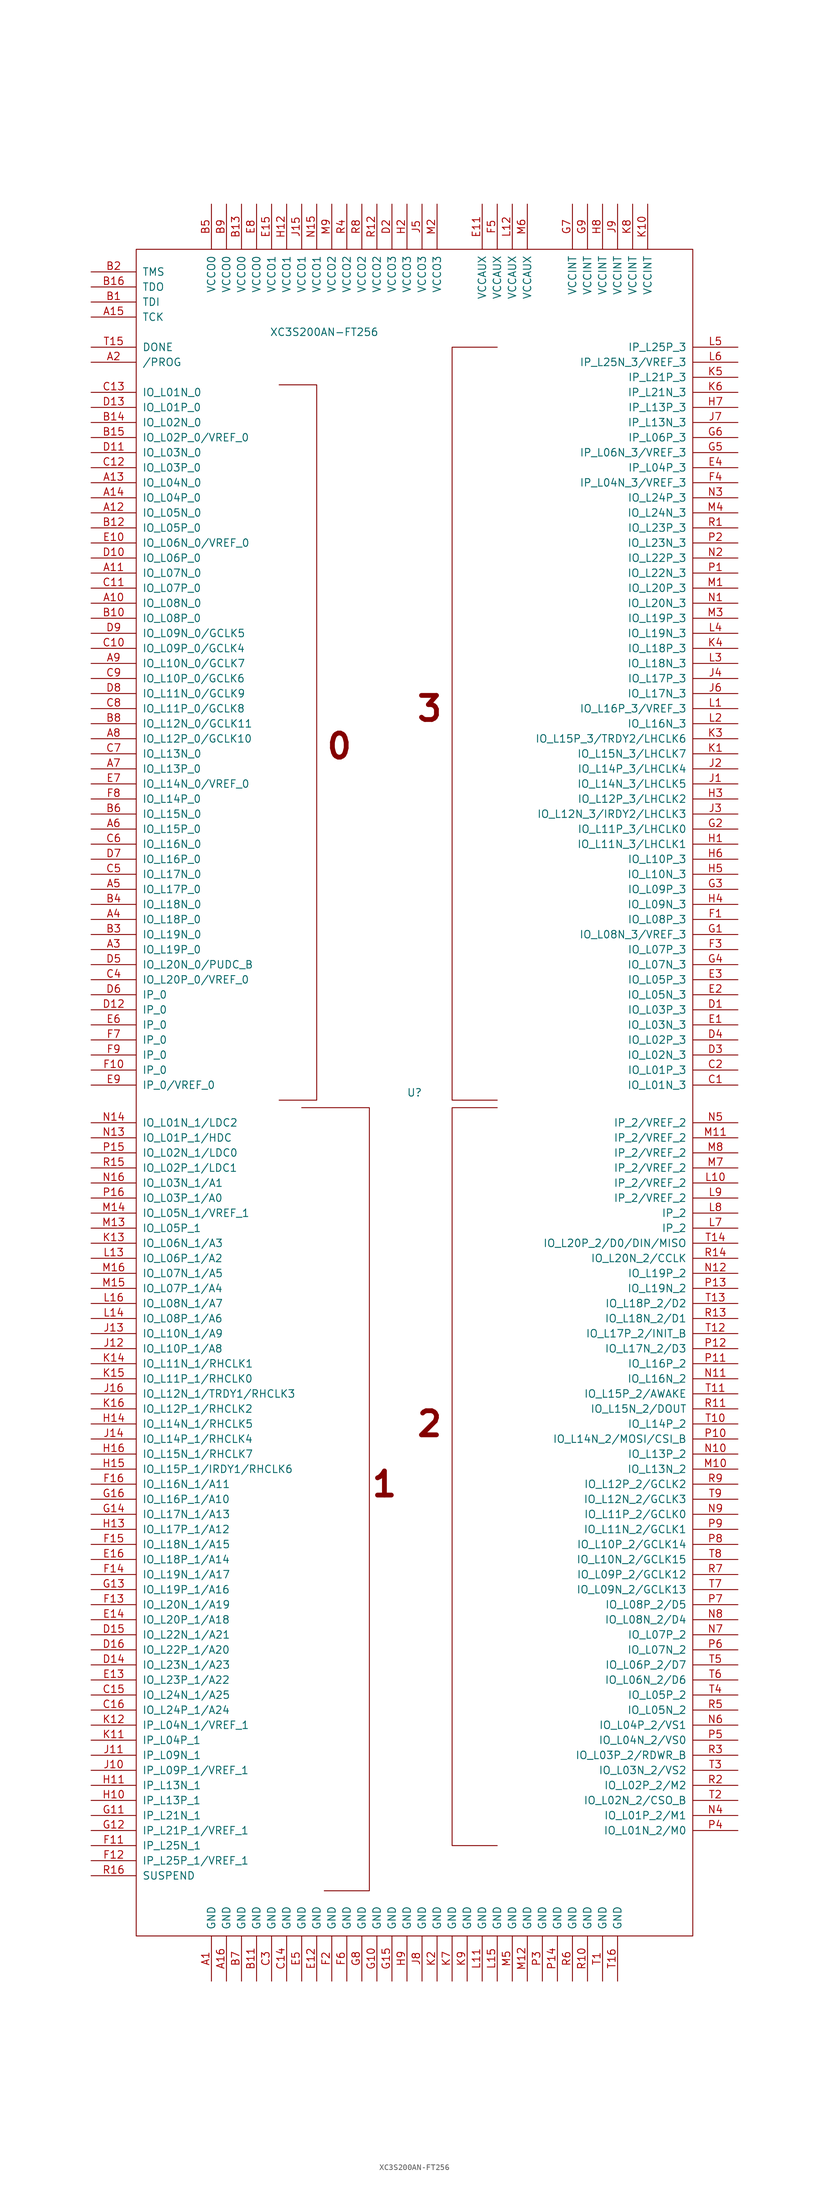
<source format=kicad_sym>
(kicad_symbol_lib
  (version 20201005)
  (generator kicad_symbol_editor)
  (symbol "FPGA_Xilinx:XC3S200AN-FT256"
    (pin_names
      (offset 1.016))
    (property "Reference" "U"
      (at 0 0 0)
      (effects (font (size 1.27 1.27))))
    (property "Value" "XC3S200AN-FT256"
      (at -15.24 128.27 0)
      (effects (font (size 1.27 1.27))))
    (symbol "XC3S200AN-FT256_0_0"
      (text "0" (at -12.7 58.42 0) (effects (font (size 4.064 4.064) bold)))
      (text "1" (at -5.08 -66.04 0) (effects (font (size 4.064 4.064) bold)))
      (text "2" (at 2.54 -55.88 0) (effects (font (size 4.064 4.064) bold)))
      (text "3" (at 2.54 64.77 0) (effects (font (size 4.064 4.064) bold))))
    (symbol "XC3S200AN-FT256_0_1"
      (rectangle (start -46.99 142.24) (end 46.99 -142.24) (stroke (width 0)) (fill (type none)))
      (polyline (pts (xy -22.86 119.38) (xy -16.51 119.38) (xy -16.51 -1.27) (xy -22.86 -1.27) (xy -22.86 -1.27)) (stroke (width 0)) (fill (type none)))
      (polyline (pts (xy -19.05 -2.54) (xy -7.62 -2.54) (xy -7.62 -134.62) (xy -15.24 -134.62) (xy -15.24 -134.62)) (stroke (width 0)) (fill (type none)))
      (polyline (pts (xy 13.97 -2.54) (xy 6.35 -2.54) (xy 6.35 -127) (xy 13.97 -127) (xy 13.97 -127)) (stroke (width 0)) (fill (type none)))
      (polyline (pts (xy 13.97 125.73) (xy 6.35 125.73) (xy 6.35 -1.27) (xy 13.97 -1.27) (xy 13.97 -1.27)) (stroke (width 0)) (fill (type none))))
    (symbol "XC3S200AN-FT256_1_1"
      (pin power_in line (at -34.29 -149.86 90) (length 7.62) (name "GND" (effects (font (size 1.27 1.27)))) (number "A1" (effects (font (size 1.27 1.27)))))
      (pin bidirectional line (at -54.61 82.55 0) (length 7.62) (name "IO_L08N_0" (effects (font (size 1.27 1.27)))) (number "A10" (effects (font (size 1.27 1.27)))))
      (pin bidirectional line (at -54.61 87.63 0) (length 7.62) (name "IO_L07N_0" (effects (font (size 1.27 1.27)))) (number "A11" (effects (font (size 1.27 1.27)))))
      (pin bidirectional line (at -54.61 97.79 0) (length 7.62) (name "IO_L05N_0" (effects (font (size 1.27 1.27)))) (number "A12" (effects (font (size 1.27 1.27)))))
      (pin bidirectional line (at -54.61 102.87 0) (length 7.62) (name "IO_L04N_0" (effects (font (size 1.27 1.27)))) (number "A13" (effects (font (size 1.27 1.27)))))
      (pin bidirectional line (at -54.61 100.33 0) (length 7.62) (name "IO_L04P_0" (effects (font (size 1.27 1.27)))) (number "A14" (effects (font (size 1.27 1.27)))))
      (pin input line (at -54.61 130.81 0) (length 7.62) (name "TCK" (effects (font (size 1.27 1.27)))) (number "A15" (effects (font (size 1.27 1.27)))))
      (pin power_in line (at -31.75 -149.86 90) (length 7.62) (name "GND" (effects (font (size 1.27 1.27)))) (number "A16" (effects (font (size 1.27 1.27)))))
      (pin bidirectional line (at -54.61 123.19 0) (length 7.62) (name "/PROG" (effects (font (size 1.27 1.27)))) (number "A2" (effects (font (size 1.27 1.27)))))
      (pin bidirectional line (at -54.61 24.13 0) (length 7.62) (name "IO_L19P_0" (effects (font (size 1.27 1.27)))) (number "A3" (effects (font (size 1.27 1.27)))))
      (pin bidirectional line (at -54.61 29.21 0) (length 7.62) (name "IO_L18P_0" (effects (font (size 1.27 1.27)))) (number "A4" (effects (font (size 1.27 1.27)))))
      (pin bidirectional line (at -54.61 34.29 0) (length 7.62) (name "IO_L17P_0" (effects (font (size 1.27 1.27)))) (number "A5" (effects (font (size 1.27 1.27)))))
      (pin bidirectional line (at -54.61 44.45 0) (length 7.62) (name "IO_L15P_0" (effects (font (size 1.27 1.27)))) (number "A6" (effects (font (size 1.27 1.27)))))
      (pin bidirectional line (at -54.61 54.61 0) (length 7.62) (name "IO_L13P_0" (effects (font (size 1.27 1.27)))) (number "A7" (effects (font (size 1.27 1.27)))))
      (pin bidirectional line (at -54.61 59.69 0) (length 7.62) (name "IO_L12P_0/GCLK10" (effects (font (size 1.27 1.27)))) (number "A8" (effects (font (size 1.27 1.27)))))
      (pin bidirectional line (at -54.61 72.39 0) (length 7.62) (name "IO_L10N_0/GCLK7" (effects (font (size 1.27 1.27)))) (number "A9" (effects (font (size 1.27 1.27)))))
      (pin input line (at -54.61 133.35 0) (length 7.62) (name "TDI" (effects (font (size 1.27 1.27)))) (number "B1" (effects (font (size 1.27 1.27)))))
      (pin bidirectional line (at -54.61 80.01 0) (length 7.62) (name "IO_L08P_0" (effects (font (size 1.27 1.27)))) (number "B10" (effects (font (size 1.27 1.27)))))
      (pin power_in line (at -26.67 -149.86 90) (length 7.62) (name "GND" (effects (font (size 1.27 1.27)))) (number "B11" (effects (font (size 1.27 1.27)))))
      (pin bidirectional line (at -54.61 95.25 0) (length 7.62) (name "IO_L05P_0" (effects (font (size 1.27 1.27)))) (number "B12" (effects (font (size 1.27 1.27)))))
      (pin power_in line (at -29.21 149.86 270) (length 7.62) (name "VCCO0" (effects (font (size 1.27 1.27)))) (number "B13" (effects (font (size 1.27 1.27)))))
      (pin bidirectional line (at -54.61 113.03 0) (length 7.62) (name "IO_L02N_0" (effects (font (size 1.27 1.27)))) (number "B14" (effects (font (size 1.27 1.27)))))
      (pin bidirectional line (at -54.61 110.49 0) (length 7.62) (name "IO_L02P_0/VREF_0" (effects (font (size 1.27 1.27)))) (number "B15" (effects (font (size 1.27 1.27)))))
      (pin output line (at -54.61 135.89 0) (length 7.62) (name "TDO" (effects (font (size 1.27 1.27)))) (number "B16" (effects (font (size 1.27 1.27)))))
      (pin input line (at -54.61 138.43 0) (length 7.62) (name "TMS" (effects (font (size 1.27 1.27)))) (number "B2" (effects (font (size 1.27 1.27)))))
      (pin bidirectional line (at -54.61 26.67 0) (length 7.62) (name "IO_L19N_0" (effects (font (size 1.27 1.27)))) (number "B3" (effects (font (size 1.27 1.27)))))
      (pin bidirectional line (at -54.61 31.75 0) (length 7.62) (name "IO_L18N_0" (effects (font (size 1.27 1.27)))) (number "B4" (effects (font (size 1.27 1.27)))))
      (pin power_in line (at -34.29 149.86 270) (length 7.62) (name "VCCO0" (effects (font (size 1.27 1.27)))) (number "B5" (effects (font (size 1.27 1.27)))))
      (pin bidirectional line (at -54.61 46.99 0) (length 7.62) (name "IO_L15N_0" (effects (font (size 1.27 1.27)))) (number "B6" (effects (font (size 1.27 1.27)))))
      (pin power_in line (at -29.21 -149.86 90) (length 7.62) (name "GND" (effects (font (size 1.27 1.27)))) (number "B7" (effects (font (size 1.27 1.27)))))
      (pin bidirectional line (at -54.61 62.23 0) (length 7.62) (name "IO_L12N_0/GCLK11" (effects (font (size 1.27 1.27)))) (number "B8" (effects (font (size 1.27 1.27)))))
      (pin power_in line (at -31.75 149.86 270) (length 7.62) (name "VCCO0" (effects (font (size 1.27 1.27)))) (number "B9" (effects (font (size 1.27 1.27)))))
      (pin bidirectional line (at 54.61 1.27 180) (length 7.62) (name "IO_L01N_3" (effects (font (size 1.27 1.27)))) (number "C1" (effects (font (size 1.27 1.27)))))
      (pin bidirectional line (at -54.61 74.93 0) (length 7.62) (name "IO_L09P_0/GCLK4" (effects (font (size 1.27 1.27)))) (number "C10" (effects (font (size 1.27 1.27)))))
      (pin bidirectional line (at -54.61 85.09 0) (length 7.62) (name "IO_L07P_0" (effects (font (size 1.27 1.27)))) (number "C11" (effects (font (size 1.27 1.27)))))
      (pin bidirectional line (at -54.61 105.41 0) (length 7.62) (name "IO_L03P_0" (effects (font (size 1.27 1.27)))) (number "C12" (effects (font (size 1.27 1.27)))))
      (pin bidirectional line (at -54.61 118.11 0) (length 7.62) (name "IO_L01N_0" (effects (font (size 1.27 1.27)))) (number "C13" (effects (font (size 1.27 1.27)))))
      (pin power_in line (at -21.59 -149.86 90) (length 7.62) (name "GND" (effects (font (size 1.27 1.27)))) (number "C14" (effects (font (size 1.27 1.27)))))
      (pin bidirectional line (at -54.61 -101.6 0) (length 7.62) (name "IO_L24N_1/A25" (effects (font (size 1.27 1.27)))) (number "C15" (effects (font (size 1.27 1.27)))))
      (pin bidirectional line (at -54.61 -104.14 0) (length 7.62) (name "IO_L24P_1/A24" (effects (font (size 1.27 1.27)))) (number "C16" (effects (font (size 1.27 1.27)))))
      (pin bidirectional line (at 54.61 3.81 180) (length 7.62) (name "IO_L01P_3" (effects (font (size 1.27 1.27)))) (number "C2" (effects (font (size 1.27 1.27)))))
      (pin power_in line (at -24.13 -149.86 90) (length 7.62) (name "GND" (effects (font (size 1.27 1.27)))) (number "C3" (effects (font (size 1.27 1.27)))))
      (pin bidirectional line (at -54.61 19.05 0) (length 7.62) (name "IO_L20P_0/VREF_0" (effects (font (size 1.27 1.27)))) (number "C4" (effects (font (size 1.27 1.27)))))
      (pin bidirectional line (at -54.61 36.83 0) (length 7.62) (name "IO_L17N_0" (effects (font (size 1.27 1.27)))) (number "C5" (effects (font (size 1.27 1.27)))))
      (pin bidirectional line (at -54.61 41.91 0) (length 7.62) (name "IO_L16N_0" (effects (font (size 1.27 1.27)))) (number "C6" (effects (font (size 1.27 1.27)))))
      (pin bidirectional line (at -54.61 57.15 0) (length 7.62) (name "IO_L13N_0" (effects (font (size 1.27 1.27)))) (number "C7" (effects (font (size 1.27 1.27)))))
      (pin bidirectional line (at -54.61 64.77 0) (length 7.62) (name "IO_L11P_0/GCLK8" (effects (font (size 1.27 1.27)))) (number "C8" (effects (font (size 1.27 1.27)))))
      (pin bidirectional line (at -54.61 69.85 0) (length 7.62) (name "IO_L10P_0/GCLK6" (effects (font (size 1.27 1.27)))) (number "C9" (effects (font (size 1.27 1.27)))))
      (pin bidirectional line (at 54.61 13.97 180) (length 7.62) (name "IO_L03P_3" (effects (font (size 1.27 1.27)))) (number "D1" (effects (font (size 1.27 1.27)))))
      (pin bidirectional line (at -54.61 90.17 0) (length 7.62) (name "IO_L06P_0" (effects (font (size 1.27 1.27)))) (number "D10" (effects (font (size 1.27 1.27)))))
      (pin bidirectional line (at -54.61 107.95 0) (length 7.62) (name "IO_L03N_0" (effects (font (size 1.27 1.27)))) (number "D11" (effects (font (size 1.27 1.27)))))
      (pin input line (at -54.61 13.97 0) (length 7.62) (name "IP_0" (effects (font (size 1.27 1.27)))) (number "D12" (effects (font (size 1.27 1.27)))))
      (pin bidirectional line (at -54.61 115.57 0) (length 7.62) (name "IO_L01P_0" (effects (font (size 1.27 1.27)))) (number "D13" (effects (font (size 1.27 1.27)))))
      (pin bidirectional line (at -54.61 -96.52 0) (length 7.62) (name "IO_L23N_1/A23" (effects (font (size 1.27 1.27)))) (number "D14" (effects (font (size 1.27 1.27)))))
      (pin bidirectional line (at -54.61 -91.44 0) (length 7.62) (name "IO_L22N_1/A21" (effects (font (size 1.27 1.27)))) (number "D15" (effects (font (size 1.27 1.27)))))
      (pin bidirectional line (at -54.61 -93.98 0) (length 7.62) (name "IO_L22P_1/A20" (effects (font (size 1.27 1.27)))) (number "D16" (effects (font (size 1.27 1.27)))))
      (pin passive line (at -3.81 149.86 270) (length 7.62) (name "VCCO3" (effects (font (size 1.27 1.27)))) (number "D2" (effects (font (size 1.27 1.27)))))
      (pin bidirectional line (at 54.61 6.35 180) (length 7.62) (name "IO_L02N_3" (effects (font (size 1.27 1.27)))) (number "D3" (effects (font (size 1.27 1.27)))))
      (pin bidirectional line (at 54.61 8.89 180) (length 7.62) (name "IO_L02P_3" (effects (font (size 1.27 1.27)))) (number "D4" (effects (font (size 1.27 1.27)))))
      (pin bidirectional line (at -54.61 21.59 0) (length 7.62) (name "IO_L20N_0/PUDC_B" (effects (font (size 1.27 1.27)))) (number "D5" (effects (font (size 1.27 1.27)))))
      (pin input line (at -54.61 16.51 0) (length 7.62) (name "IP_0" (effects (font (size 1.27 1.27)))) (number "D6" (effects (font (size 1.27 1.27)))))
      (pin bidirectional line (at -54.61 39.37 0) (length 7.62) (name "IO_L16P_0" (effects (font (size 1.27 1.27)))) (number "D7" (effects (font (size 1.27 1.27)))))
      (pin bidirectional line (at -54.61 67.31 0) (length 7.62) (name "IO_L11N_0/GCLK9" (effects (font (size 1.27 1.27)))) (number "D8" (effects (font (size 1.27 1.27)))))
      (pin bidirectional line (at -54.61 77.47 0) (length 7.62) (name "IO_L09N_0/GCLK5" (effects (font (size 1.27 1.27)))) (number "D9" (effects (font (size 1.27 1.27)))))
      (pin bidirectional line (at 54.61 11.43 180) (length 7.62) (name "IO_L03N_3" (effects (font (size 1.27 1.27)))) (number "E1" (effects (font (size 1.27 1.27)))))
      (pin bidirectional line (at -54.61 92.71 0) (length 7.62) (name "IO_L06N_0/VREF_0" (effects (font (size 1.27 1.27)))) (number "E10" (effects (font (size 1.27 1.27)))))
      (pin power_in line (at 11.43 149.86 270) (length 7.62) (name "VCCAUX" (effects (font (size 1.27 1.27)))) (number "E11" (effects (font (size 1.27 1.27)))))
      (pin power_in line (at -16.51 -149.86 90) (length 7.62) (name "GND" (effects (font (size 1.27 1.27)))) (number "E12" (effects (font (size 1.27 1.27)))))
      (pin bidirectional line (at -54.61 -99.06 0) (length 7.62) (name "IO_L23P_1/A22" (effects (font (size 1.27 1.27)))) (number "E13" (effects (font (size 1.27 1.27)))))
      (pin bidirectional line (at -54.61 -88.9 0) (length 7.62) (name "IO_L20P_1/A18" (effects (font (size 1.27 1.27)))) (number "E14" (effects (font (size 1.27 1.27)))))
      (pin power_in line (at -24.13 149.86 270) (length 7.62) (name "VCCO1" (effects (font (size 1.27 1.27)))) (number "E15" (effects (font (size 1.27 1.27)))))
      (pin bidirectional line (at -54.61 -78.74 0) (length 7.62) (name "IO_L18P_1/A14" (effects (font (size 1.27 1.27)))) (number "E16" (effects (font (size 1.27 1.27)))))
      (pin bidirectional line (at 54.61 16.51 180) (length 7.62) (name "IO_L05N_3" (effects (font (size 1.27 1.27)))) (number "E2" (effects (font (size 1.27 1.27)))))
      (pin bidirectional line (at 54.61 19.05 180) (length 7.62) (name "IO_L05P_3" (effects (font (size 1.27 1.27)))) (number "E3" (effects (font (size 1.27 1.27)))))
      (pin input line (at 54.61 105.41 180) (length 7.62) (name "IP_L04P_3" (effects (font (size 1.27 1.27)))) (number "E4" (effects (font (size 1.27 1.27)))))
      (pin power_in line (at -19.05 -149.86 90) (length 7.62) (name "GND" (effects (font (size 1.27 1.27)))) (number "E5" (effects (font (size 1.27 1.27)))))
      (pin input line (at -54.61 11.43 0) (length 7.62) (name "IP_0" (effects (font (size 1.27 1.27)))) (number "E6" (effects (font (size 1.27 1.27)))))
      (pin bidirectional line (at -54.61 52.07 0) (length 7.62) (name "IO_L14N_0/VREF_0" (effects (font (size 1.27 1.27)))) (number "E7" (effects (font (size 1.27 1.27)))))
      (pin power_in line (at -26.67 149.86 270) (length 7.62) (name "VCCO0" (effects (font (size 1.27 1.27)))) (number "E8" (effects (font (size 1.27 1.27)))))
      (pin input line (at -54.61 1.27 0) (length 7.62) (name "IP_0/VREF_0" (effects (font (size 1.27 1.27)))) (number "E9" (effects (font (size 1.27 1.27)))))
      (pin bidirectional line (at 54.61 29.21 180) (length 7.62) (name "IO_L08P_3" (effects (font (size 1.27 1.27)))) (number "F1" (effects (font (size 1.27 1.27)))))
      (pin input line (at -54.61 3.81 0) (length 7.62) (name "IP_0" (effects (font (size 1.27 1.27)))) (number "F10" (effects (font (size 1.27 1.27)))))
      (pin input line (at -54.61 -127 0) (length 7.62) (name "IP_L25N_1" (effects (font (size 1.27 1.27)))) (number "F11" (effects (font (size 1.27 1.27)))))
      (pin input line (at -54.61 -129.54 0) (length 7.62) (name "IP_L25P_1/VREF_1" (effects (font (size 1.27 1.27)))) (number "F12" (effects (font (size 1.27 1.27)))))
      (pin bidirectional line (at -54.61 -86.36 0) (length 7.62) (name "IO_L20N_1/A19" (effects (font (size 1.27 1.27)))) (number "F13" (effects (font (size 1.27 1.27)))))
      (pin bidirectional line (at -54.61 -81.28 0) (length 7.62) (name "IO_L19N_1/A17" (effects (font (size 1.27 1.27)))) (number "F14" (effects (font (size 1.27 1.27)))))
      (pin bidirectional line (at -54.61 -76.2 0) (length 7.62) (name "IO_L18N_1/A15" (effects (font (size 1.27 1.27)))) (number "F15" (effects (font (size 1.27 1.27)))))
      (pin bidirectional line (at -54.61 -66.04 0) (length 7.62) (name "IO_L16N_1/A11" (effects (font (size 1.27 1.27)))) (number "F16" (effects (font (size 1.27 1.27)))))
      (pin power_in line (at -13.97 -149.86 90) (length 7.62) (name "GND" (effects (font (size 1.27 1.27)))) (number "F2" (effects (font (size 1.27 1.27)))))
      (pin bidirectional line (at 54.61 24.13 180) (length 7.62) (name "IO_L07P_3" (effects (font (size 1.27 1.27)))) (number "F3" (effects (font (size 1.27 1.27)))))
      (pin input line (at 54.61 102.87 180) (length 7.62) (name "IP_L04N_3/VREF_3" (effects (font (size 1.27 1.27)))) (number "F4" (effects (font (size 1.27 1.27)))))
      (pin power_in line (at 13.97 149.86 270) (length 7.62) (name "VCCAUX" (effects (font (size 1.27 1.27)))) (number "F5" (effects (font (size 1.27 1.27)))))
      (pin power_in line (at -11.43 -149.86 90) (length 7.62) (name "GND" (effects (font (size 1.27 1.27)))) (number "F6" (effects (font (size 1.27 1.27)))))
      (pin input line (at -54.61 8.89 0) (length 7.62) (name "IP_0" (effects (font (size 1.27 1.27)))) (number "F7" (effects (font (size 1.27 1.27)))))
      (pin bidirectional line (at -54.61 49.53 0) (length 7.62) (name "IO_L14P_0" (effects (font (size 1.27 1.27)))) (number "F8" (effects (font (size 1.27 1.27)))))
      (pin input line (at -54.61 6.35 0) (length 7.62) (name "IP_0" (effects (font (size 1.27 1.27)))) (number "F9" (effects (font (size 1.27 1.27)))))
      (pin bidirectional line (at 54.61 26.67 180) (length 7.62) (name "IO_L08N_3/VREF_3" (effects (font (size 1.27 1.27)))) (number "G1" (effects (font (size 1.27 1.27)))))
      (pin power_in line (at -6.35 -149.86 90) (length 7.62) (name "GND" (effects (font (size 1.27 1.27)))) (number "G10" (effects (font (size 1.27 1.27)))))
      (pin input line (at -54.61 -121.92 0) (length 7.62) (name "IP_L21N_1" (effects (font (size 1.27 1.27)))) (number "G11" (effects (font (size 1.27 1.27)))))
      (pin input line (at -54.61 -124.46 0) (length 7.62) (name "IP_L21P_1/VREF_1" (effects (font (size 1.27 1.27)))) (number "G12" (effects (font (size 1.27 1.27)))))
      (pin bidirectional line (at -54.61 -83.82 0) (length 7.62) (name "IO_L19P_1/A16" (effects (font (size 1.27 1.27)))) (number "G13" (effects (font (size 1.27 1.27)))))
      (pin bidirectional line (at -54.61 -71.12 0) (length 7.62) (name "IO_L17N_1/A13" (effects (font (size 1.27 1.27)))) (number "G14" (effects (font (size 1.27 1.27)))))
      (pin power_in line (at -3.81 -149.86 90) (length 7.62) (name "GND" (effects (font (size 1.27 1.27)))) (number "G15" (effects (font (size 1.27 1.27)))))
      (pin bidirectional line (at -54.61 -68.58 0) (length 7.62) (name "IO_L16P_1/A10" (effects (font (size 1.27 1.27)))) (number "G16" (effects (font (size 1.27 1.27)))))
      (pin bidirectional line (at 54.61 44.45 180) (length 7.62) (name "IO_L11P_3/LHCLK0" (effects (font (size 1.27 1.27)))) (number "G2" (effects (font (size 1.27 1.27)))))
      (pin bidirectional line (at 54.61 34.29 180) (length 7.62) (name "IO_L09P_3" (effects (font (size 1.27 1.27)))) (number "G3" (effects (font (size 1.27 1.27)))))
      (pin bidirectional line (at 54.61 21.59 180) (length 7.62) (name "IO_L07N_3" (effects (font (size 1.27 1.27)))) (number "G4" (effects (font (size 1.27 1.27)))))
      (pin input line (at 54.61 107.95 180) (length 7.62) (name "IP_L06N_3/VREF_3" (effects (font (size 1.27 1.27)))) (number "G5" (effects (font (size 1.27 1.27)))))
      (pin input line (at 54.61 110.49 180) (length 7.62) (name "IP_L06P_3" (effects (font (size 1.27 1.27)))) (number "G6" (effects (font (size 1.27 1.27)))))
      (pin power_in line (at 26.67 149.86 270) (length 7.62) (name "VCCINT" (effects (font (size 1.27 1.27)))) (number "G7" (effects (font (size 1.27 1.27)))))
      (pin power_in line (at -8.89 -149.86 90) (length 7.62) (name "GND" (effects (font (size 1.27 1.27)))) (number "G8" (effects (font (size 1.27 1.27)))))
      (pin power_in line (at 29.21 149.86 270) (length 7.62) (name "VCCINT" (effects (font (size 1.27 1.27)))) (number "G9" (effects (font (size 1.27 1.27)))))
      (pin bidirectional line (at 54.61 41.91 180) (length 7.62) (name "IO_L11N_3/LHCLK1" (effects (font (size 1.27 1.27)))) (number "H1" (effects (font (size 1.27 1.27)))))
      (pin input line (at -54.61 -119.38 0) (length 7.62) (name "IP_L13P_1" (effects (font (size 1.27 1.27)))) (number "H10" (effects (font (size 1.27 1.27)))))
      (pin input line (at -54.61 -116.84 0) (length 7.62) (name "IP_L13N_1" (effects (font (size 1.27 1.27)))) (number "H11" (effects (font (size 1.27 1.27)))))
      (pin power_in line (at -21.59 149.86 270) (length 7.62) (name "VCCO1" (effects (font (size 1.27 1.27)))) (number "H12" (effects (font (size 1.27 1.27)))))
      (pin bidirectional line (at -54.61 -73.66 0) (length 7.62) (name "IO_L17P_1/A12" (effects (font (size 1.27 1.27)))) (number "H13" (effects (font (size 1.27 1.27)))))
      (pin bidirectional line (at -54.61 -55.88 0) (length 7.62) (name "IO_L14N_1/RHCLK5" (effects (font (size 1.27 1.27)))) (number "H14" (effects (font (size 1.27 1.27)))))
      (pin bidirectional line (at -54.61 -63.5 0) (length 7.62) (name "IO_L15P_1/IRDY1/RHCLK6" (effects (font (size 1.27 1.27)))) (number "H15" (effects (font (size 1.27 1.27)))))
      (pin bidirectional line (at -54.61 -60.96 0) (length 7.62) (name "IO_L15N_1/RHCLK7" (effects (font (size 1.27 1.27)))) (number "H16" (effects (font (size 1.27 1.27)))))
      (pin power_in line (at -1.27 149.86 270) (length 7.62) (name "VCCO3" (effects (font (size 1.27 1.27)))) (number "H2" (effects (font (size 1.27 1.27)))))
      (pin bidirectional line (at 54.61 49.53 180) (length 7.62) (name "IO_L12P_3/LHCLK2" (effects (font (size 1.27 1.27)))) (number "H3" (effects (font (size 1.27 1.27)))))
      (pin bidirectional line (at 54.61 31.75 180) (length 7.62) (name "IO_L09N_3" (effects (font (size 1.27 1.27)))) (number "H4" (effects (font (size 1.27 1.27)))))
      (pin bidirectional line (at 54.61 36.83 180) (length 7.62) (name "IO_L10N_3" (effects (font (size 1.27 1.27)))) (number "H5" (effects (font (size 1.27 1.27)))))
      (pin bidirectional line (at 54.61 39.37 180) (length 7.62) (name "IO_L10P_3" (effects (font (size 1.27 1.27)))) (number "H6" (effects (font (size 1.27 1.27)))))
      (pin input line (at 54.61 115.57 180) (length 7.62) (name "IP_L13P_3" (effects (font (size 1.27 1.27)))) (number "H7" (effects (font (size 1.27 1.27)))))
      (pin power_in line (at 31.75 149.86 270) (length 7.62) (name "VCCINT" (effects (font (size 1.27 1.27)))) (number "H8" (effects (font (size 1.27 1.27)))))
      (pin power_in line (at -1.27 -149.86 90) (length 7.62) (name "GND" (effects (font (size 1.27 1.27)))) (number "H9" (effects (font (size 1.27 1.27)))))
      (pin bidirectional line (at 54.61 52.07 180) (length 7.62) (name "IO_L14N_3/LHCLK5" (effects (font (size 1.27 1.27)))) (number "J1" (effects (font (size 1.27 1.27)))))
      (pin input line (at -54.61 -114.3 0) (length 7.62) (name "IP_L09P_1/VREF_1" (effects (font (size 1.27 1.27)))) (number "J10" (effects (font (size 1.27 1.27)))))
      (pin input line (at -54.61 -111.76 0) (length 7.62) (name "IP_L09N_1" (effects (font (size 1.27 1.27)))) (number "J11" (effects (font (size 1.27 1.27)))))
      (pin bidirectional line (at -54.61 -43.18 0) (length 7.62) (name "IO_L10P_1/A8" (effects (font (size 1.27 1.27)))) (number "J12" (effects (font (size 1.27 1.27)))))
      (pin bidirectional line (at -54.61 -40.64 0) (length 7.62) (name "IO_L10N_1/A9" (effects (font (size 1.27 1.27)))) (number "J13" (effects (font (size 1.27 1.27)))))
      (pin bidirectional line (at -54.61 -58.42 0) (length 7.62) (name "IO_L14P_1/RHCLK4" (effects (font (size 1.27 1.27)))) (number "J14" (effects (font (size 1.27 1.27)))))
      (pin power_in line (at -19.05 149.86 270) (length 7.62) (name "VCCO1" (effects (font (size 1.27 1.27)))) (number "J15" (effects (font (size 1.27 1.27)))))
      (pin bidirectional line (at -54.61 -50.8 0) (length 7.62) (name "IO_L12N_1/TRDY1/RHCLK3" (effects (font (size 1.27 1.27)))) (number "J16" (effects (font (size 1.27 1.27)))))
      (pin bidirectional line (at 54.61 54.61 180) (length 7.62) (name "IO_L14P_3/LHCLK4" (effects (font (size 1.27 1.27)))) (number "J2" (effects (font (size 1.27 1.27)))))
      (pin bidirectional line (at 54.61 46.99 180) (length 7.62) (name "IO_L12N_3/IRDY2/LHCLK3" (effects (font (size 1.27 1.27)))) (number "J3" (effects (font (size 1.27 1.27)))))
      (pin bidirectional line (at 54.61 69.85 180) (length 7.62) (name "IO_L17P_3" (effects (font (size 1.27 1.27)))) (number "J4" (effects (font (size 1.27 1.27)))))
      (pin power_in line (at 1.27 149.86 270) (length 7.62) (name "VCCO3" (effects (font (size 1.27 1.27)))) (number "J5" (effects (font (size 1.27 1.27)))))
      (pin bidirectional line (at 54.61 67.31 180) (length 7.62) (name "IO_L17N_3" (effects (font (size 1.27 1.27)))) (number "J6" (effects (font (size 1.27 1.27)))))
      (pin input line (at 54.61 113.03 180) (length 7.62) (name "IP_L13N_3" (effects (font (size 1.27 1.27)))) (number "J7" (effects (font (size 1.27 1.27)))))
      (pin power_in line (at 1.27 -149.86 90) (length 7.62) (name "GND" (effects (font (size 1.27 1.27)))) (number "J8" (effects (font (size 1.27 1.27)))))
      (pin power_in line (at 34.29 149.86 270) (length 7.62) (name "VCCINT" (effects (font (size 1.27 1.27)))) (number "J9" (effects (font (size 1.27 1.27)))))
      (pin bidirectional line (at 54.61 57.15 180) (length 7.62) (name "IO_L15N_3/LHCLK7" (effects (font (size 1.27 1.27)))) (number "K1" (effects (font (size 1.27 1.27)))))
      (pin power_in line (at 39.37 149.86 270) (length 7.62) (name "VCCINT" (effects (font (size 1.27 1.27)))) (number "K10" (effects (font (size 1.27 1.27)))))
      (pin input line (at -54.61 -109.22 0) (length 7.62) (name "IP_L04P_1" (effects (font (size 1.27 1.27)))) (number "K11" (effects (font (size 1.27 1.27)))))
      (pin input line (at -54.61 -106.68 0) (length 7.62) (name "IP_L04N_1/VREF_1" (effects (font (size 1.27 1.27)))) (number "K12" (effects (font (size 1.27 1.27)))))
      (pin bidirectional line (at -54.61 -25.4 0) (length 7.62) (name "IO_L06N_1/A3" (effects (font (size 1.27 1.27)))) (number "K13" (effects (font (size 1.27 1.27)))))
      (pin bidirectional line (at -54.61 -45.72 0) (length 7.62) (name "IO_L11N_1/RHCLK1" (effects (font (size 1.27 1.27)))) (number "K14" (effects (font (size 1.27 1.27)))))
      (pin bidirectional line (at -54.61 -48.26 0) (length 7.62) (name "IO_L11P_1/RHCLK0" (effects (font (size 1.27 1.27)))) (number "K15" (effects (font (size 1.27 1.27)))))
      (pin bidirectional line (at -54.61 -53.34 0) (length 7.62) (name "IO_L12P_1/RHCLK2" (effects (font (size 1.27 1.27)))) (number "K16" (effects (font (size 1.27 1.27)))))
      (pin power_in line (at 3.81 -149.86 90) (length 7.62) (name "GND" (effects (font (size 1.27 1.27)))) (number "K2" (effects (font (size 1.27 1.27)))))
      (pin bidirectional line (at 54.61 59.69 180) (length 7.62) (name "IO_L15P_3/TRDY2/LHCLK6" (effects (font (size 1.27 1.27)))) (number "K3" (effects (font (size 1.27 1.27)))))
      (pin bidirectional line (at 54.61 74.93 180) (length 7.62) (name "IO_L18P_3" (effects (font (size 1.27 1.27)))) (number "K4" (effects (font (size 1.27 1.27)))))
      (pin input line (at 54.61 120.65 180) (length 7.62) (name "IP_L21P_3" (effects (font (size 1.27 1.27)))) (number "K5" (effects (font (size 1.27 1.27)))))
      (pin input line (at 54.61 118.11 180) (length 7.62) (name "IP_L21N_3" (effects (font (size 1.27 1.27)))) (number "K6" (effects (font (size 1.27 1.27)))))
      (pin power_in line (at 6.35 -149.86 90) (length 7.62) (name "GND" (effects (font (size 1.27 1.27)))) (number "K7" (effects (font (size 1.27 1.27)))))
      (pin power_in line (at 36.83 149.86 270) (length 7.62) (name "VCCINT" (effects (font (size 1.27 1.27)))) (number "K8" (effects (font (size 1.27 1.27)))))
      (pin power_in line (at 8.89 -149.86 90) (length 7.62) (name "GND" (effects (font (size 1.27 1.27)))) (number "K9" (effects (font (size 1.27 1.27)))))
      (pin bidirectional line (at 54.61 64.77 180) (length 7.62) (name "IO_L16P_3/VREF_3" (effects (font (size 1.27 1.27)))) (number "L1" (effects (font (size 1.27 1.27)))))
      (pin input line (at 54.61 -15.24 180) (length 7.62) (name "IP_2/VREF_2" (effects (font (size 1.27 1.27)))) (number "L10" (effects (font (size 1.27 1.27)))))
      (pin power_in line (at 11.43 -149.86 90) (length 7.62) (name "GND" (effects (font (size 1.27 1.27)))) (number "L11" (effects (font (size 1.27 1.27)))))
      (pin power_in line (at 16.51 149.86 270) (length 7.62) (name "VCCAUX" (effects (font (size 1.27 1.27)))) (number "L12" (effects (font (size 1.27 1.27)))))
      (pin bidirectional line (at -54.61 -27.94 0) (length 7.62) (name "IO_L06P_1/A2" (effects (font (size 1.27 1.27)))) (number "L13" (effects (font (size 1.27 1.27)))))
      (pin bidirectional line (at -54.61 -38.1 0) (length 7.62) (name "IO_L08P_1/A6" (effects (font (size 1.27 1.27)))) (number "L14" (effects (font (size 1.27 1.27)))))
      (pin power_in line (at 13.97 -149.86 90) (length 7.62) (name "GND" (effects (font (size 1.27 1.27)))) (number "L15" (effects (font (size 1.27 1.27)))))
      (pin bidirectional line (at -54.61 -35.56 0) (length 7.62) (name "IO_L08N_1/A7" (effects (font (size 1.27 1.27)))) (number "L16" (effects (font (size 1.27 1.27)))))
      (pin bidirectional line (at 54.61 62.23 180) (length 7.62) (name "IO_L16N_3" (effects (font (size 1.27 1.27)))) (number "L2" (effects (font (size 1.27 1.27)))))
      (pin bidirectional line (at 54.61 72.39 180) (length 7.62) (name "IO_L18N_3" (effects (font (size 1.27 1.27)))) (number "L3" (effects (font (size 1.27 1.27)))))
      (pin bidirectional line (at 54.61 77.47 180) (length 7.62) (name "IO_L19N_3" (effects (font (size 1.27 1.27)))) (number "L4" (effects (font (size 1.27 1.27)))))
      (pin input line (at 54.61 125.73 180) (length 7.62) (name "IP_L25P_3" (effects (font (size 1.27 1.27)))) (number "L5" (effects (font (size 1.27 1.27)))))
      (pin input line (at 54.61 123.19 180) (length 7.62) (name "IP_L25N_3/VREF_3" (effects (font (size 1.27 1.27)))) (number "L6" (effects (font (size 1.27 1.27)))))
      (pin input line (at 54.61 -22.86 180) (length 7.62) (name "IP_2" (effects (font (size 1.27 1.27)))) (number "L7" (effects (font (size 1.27 1.27)))))
      (pin input line (at 54.61 -20.32 180) (length 7.62) (name "IP_2" (effects (font (size 1.27 1.27)))) (number "L8" (effects (font (size 1.27 1.27)))))
      (pin input line (at 54.61 -17.78 180) (length 7.62) (name "IP_2/VREF_2" (effects (font (size 1.27 1.27)))) (number "L9" (effects (font (size 1.27 1.27)))))
      (pin bidirectional line (at 54.61 85.09 180) (length 7.62) (name "IO_L20P_3" (effects (font (size 1.27 1.27)))) (number "M1" (effects (font (size 1.27 1.27)))))
      (pin bidirectional line (at 54.61 -63.5 180) (length 7.62) (name "IO_L13N_2" (effects (font (size 1.27 1.27)))) (number "M10" (effects (font (size 1.27 1.27)))))
      (pin input line (at 54.61 -7.62 180) (length 7.62) (name "IP_2/VREF_2" (effects (font (size 1.27 1.27)))) (number "M11" (effects (font (size 1.27 1.27)))))
      (pin power_in line (at 19.05 -149.86 90) (length 7.62) (name "GND" (effects (font (size 1.27 1.27)))) (number "M12" (effects (font (size 1.27 1.27)))))
      (pin bidirectional line (at -54.61 -22.86 0) (length 7.62) (name "IO_L05P_1" (effects (font (size 1.27 1.27)))) (number "M13" (effects (font (size 1.27 1.27)))))
      (pin bidirectional line (at -54.61 -20.32 0) (length 7.62) (name "IO_L05N_1/VREF_1" (effects (font (size 1.27 1.27)))) (number "M14" (effects (font (size 1.27 1.27)))))
      (pin bidirectional line (at -54.61 -33.02 0) (length 7.62) (name "IO_L07P_1/A4" (effects (font (size 1.27 1.27)))) (number "M15" (effects (font (size 1.27 1.27)))))
      (pin bidirectional line (at -54.61 -30.48 0) (length 7.62) (name "IO_L07N_1/A5" (effects (font (size 1.27 1.27)))) (number "M16" (effects (font (size 1.27 1.27)))))
      (pin power_in line (at 3.81 149.86 270) (length 7.62) (name "VCCO3" (effects (font (size 1.27 1.27)))) (number "M2" (effects (font (size 1.27 1.27)))))
      (pin bidirectional line (at 54.61 80.01 180) (length 7.62) (name "IO_L19P_3" (effects (font (size 1.27 1.27)))) (number "M3" (effects (font (size 1.27 1.27)))))
      (pin bidirectional line (at 54.61 97.79 180) (length 7.62) (name "IO_L24N_3" (effects (font (size 1.27 1.27)))) (number "M4" (effects (font (size 1.27 1.27)))))
      (pin power_in line (at 16.51 -149.86 90) (length 7.62) (name "GND" (effects (font (size 1.27 1.27)))) (number "M5" (effects (font (size 1.27 1.27)))))
      (pin power_in line (at 19.05 149.86 270) (length 7.62) (name "VCCAUX" (effects (font (size 1.27 1.27)))) (number "M6" (effects (font (size 1.27 1.27)))))
      (pin input line (at 54.61 -12.7 180) (length 7.62) (name "IP_2/VREF_2" (effects (font (size 1.27 1.27)))) (number "M7" (effects (font (size 1.27 1.27)))))
      (pin input line (at 54.61 -10.16 180) (length 7.62) (name "IP_2/VREF_2" (effects (font (size 1.27 1.27)))) (number "M8" (effects (font (size 1.27 1.27)))))
      (pin power_in line (at -13.97 149.86 270) (length 7.62) (name "VCCO2" (effects (font (size 1.27 1.27)))) (number "M9" (effects (font (size 1.27 1.27)))))
      (pin bidirectional line (at 54.61 82.55 180) (length 7.62) (name "IO_L20N_3" (effects (font (size 1.27 1.27)))) (number "N1" (effects (font (size 1.27 1.27)))))
      (pin bidirectional line (at 54.61 -60.96 180) (length 7.62) (name "IO_L13P_2" (effects (font (size 1.27 1.27)))) (number "N10" (effects (font (size 1.27 1.27)))))
      (pin bidirectional line (at 54.61 -48.26 180) (length 7.62) (name "IO_L16N_2" (effects (font (size 1.27 1.27)))) (number "N11" (effects (font (size 1.27 1.27)))))
      (pin bidirectional line (at 54.61 -30.48 180) (length 7.62) (name "IO_L19P_2" (effects (font (size 1.27 1.27)))) (number "N12" (effects (font (size 1.27 1.27)))))
      (pin bidirectional line (at -54.61 -7.62 0) (length 7.62) (name "IO_L01P_1/HDC" (effects (font (size 1.27 1.27)))) (number "N13" (effects (font (size 1.27 1.27)))))
      (pin bidirectional line (at -54.61 -5.08 0) (length 7.62) (name "IO_L01N_1/LDC2" (effects (font (size 1.27 1.27)))) (number "N14" (effects (font (size 1.27 1.27)))))
      (pin power_in line (at -16.51 149.86 270) (length 7.62) (name "VCCO1" (effects (font (size 1.27 1.27)))) (number "N15" (effects (font (size 1.27 1.27)))))
      (pin bidirectional line (at -54.61 -15.24 0) (length 7.62) (name "IO_L03N_1/A1" (effects (font (size 1.27 1.27)))) (number "N16" (effects (font (size 1.27 1.27)))))
      (pin bidirectional line (at 54.61 90.17 180) (length 7.62) (name "IO_L22P_3" (effects (font (size 1.27 1.27)))) (number "N2" (effects (font (size 1.27 1.27)))))
      (pin bidirectional line (at 54.61 100.33 180) (length 7.62) (name "IO_L24P_3" (effects (font (size 1.27 1.27)))) (number "N3" (effects (font (size 1.27 1.27)))))
      (pin bidirectional line (at 54.61 -121.92 180) (length 7.62) (name "IO_L01P_2/M1" (effects (font (size 1.27 1.27)))) (number "N4" (effects (font (size 1.27 1.27)))))
      (pin input line (at 54.61 -5.08 180) (length 7.62) (name "IP_2/VREF_2" (effects (font (size 1.27 1.27)))) (number "N5" (effects (font (size 1.27 1.27)))))
      (pin bidirectional line (at 54.61 -106.68 180) (length 7.62) (name "IO_L04P_2/VS1" (effects (font (size 1.27 1.27)))) (number "N6" (effects (font (size 1.27 1.27)))))
      (pin bidirectional line (at 54.61 -91.44 180) (length 7.62) (name "IO_L07P_2" (effects (font (size 1.27 1.27)))) (number "N7" (effects (font (size 1.27 1.27)))))
      (pin bidirectional line (at 54.61 -88.9 180) (length 7.62) (name "IO_L08N_2/D4" (effects (font (size 1.27 1.27)))) (number "N8" (effects (font (size 1.27 1.27)))))
      (pin bidirectional line (at 54.61 -71.12 180) (length 7.62) (name "IO_L11P_2/GCLK0" (effects (font (size 1.27 1.27)))) (number "N9" (effects (font (size 1.27 1.27)))))
      (pin bidirectional line (at 54.61 87.63 180) (length 7.62) (name "IO_L22N_3" (effects (font (size 1.27 1.27)))) (number "P1" (effects (font (size 1.27 1.27)))))
      (pin bidirectional line (at 54.61 -58.42 180) (length 7.62) (name "IO_L14N_2/MOSI/CSI_B" (effects (font (size 1.27 1.27)))) (number "P10" (effects (font (size 1.27 1.27)))))
      (pin bidirectional line (at 54.61 -45.72 180) (length 7.62) (name "IO_L16P_2" (effects (font (size 1.27 1.27)))) (number "P11" (effects (font (size 1.27 1.27)))))
      (pin bidirectional line (at 54.61 -43.18 180) (length 7.62) (name "IO_L17N_2/D3" (effects (font (size 1.27 1.27)))) (number "P12" (effects (font (size 1.27 1.27)))))
      (pin bidirectional line (at 54.61 -33.02 180) (length 7.62) (name "IO_L19N_2" (effects (font (size 1.27 1.27)))) (number "P13" (effects (font (size 1.27 1.27)))))
      (pin power_in line (at 24.13 -149.86 90) (length 7.62) (name "GND" (effects (font (size 1.27 1.27)))) (number "P14" (effects (font (size 1.27 1.27)))))
      (pin bidirectional line (at -54.61 -10.16 0) (length 7.62) (name "IO_L02N_1/LDC0" (effects (font (size 1.27 1.27)))) (number "P15" (effects (font (size 1.27 1.27)))))
      (pin bidirectional line (at -54.61 -17.78 0) (length 7.62) (name "IO_L03P_1/A0" (effects (font (size 1.27 1.27)))) (number "P16" (effects (font (size 1.27 1.27)))))
      (pin bidirectional line (at 54.61 92.71 180) (length 7.62) (name "IO_L23N_3" (effects (font (size 1.27 1.27)))) (number "P2" (effects (font (size 1.27 1.27)))))
      (pin power_in line (at 21.59 -149.86 90) (length 7.62) (name "GND" (effects (font (size 1.27 1.27)))) (number "P3" (effects (font (size 1.27 1.27)))))
      (pin bidirectional line (at 54.61 -124.46 180) (length 7.62) (name "IO_L01N_2/M0" (effects (font (size 1.27 1.27)))) (number "P4" (effects (font (size 1.27 1.27)))))
      (pin bidirectional line (at 54.61 -109.22 180) (length 7.62) (name "IO_L04N_2/VS0" (effects (font (size 1.27 1.27)))) (number "P5" (effects (font (size 1.27 1.27)))))
      (pin bidirectional line (at 54.61 -93.98 180) (length 7.62) (name "IO_L07N_2" (effects (font (size 1.27 1.27)))) (number "P6" (effects (font (size 1.27 1.27)))))
      (pin bidirectional line (at 54.61 -86.36 180) (length 7.62) (name "IO_L08P_2/D5" (effects (font (size 1.27 1.27)))) (number "P7" (effects (font (size 1.27 1.27)))))
      (pin bidirectional line (at 54.61 -76.2 180) (length 7.62) (name "IO_L10P_2/GCLK14" (effects (font (size 1.27 1.27)))) (number "P8" (effects (font (size 1.27 1.27)))))
      (pin bidirectional line (at 54.61 -73.66 180) (length 7.62) (name "IO_L11N_2/GCLK1" (effects (font (size 1.27 1.27)))) (number "P9" (effects (font (size 1.27 1.27)))))
      (pin bidirectional line (at 54.61 95.25 180) (length 7.62) (name "IO_L23P_3" (effects (font (size 1.27 1.27)))) (number "R1" (effects (font (size 1.27 1.27)))))
      (pin power_in line (at 29.21 -149.86 90) (length 7.62) (name "GND" (effects (font (size 1.27 1.27)))) (number "R10" (effects (font (size 1.27 1.27)))))
      (pin bidirectional line (at 54.61 -53.34 180) (length 7.62) (name "IO_L15N_2/DOUT" (effects (font (size 1.27 1.27)))) (number "R11" (effects (font (size 1.27 1.27)))))
      (pin power_in line (at -6.35 149.86 270) (length 7.62) (name "VCCO2" (effects (font (size 1.27 1.27)))) (number "R12" (effects (font (size 1.27 1.27)))))
      (pin bidirectional line (at 54.61 -38.1 180) (length 7.62) (name "IO_L18N_2/D1" (effects (font (size 1.27 1.27)))) (number "R13" (effects (font (size 1.27 1.27)))))
      (pin bidirectional line (at 54.61 -27.94 180) (length 7.62) (name "IO_L20N_2/CCLK" (effects (font (size 1.27 1.27)))) (number "R14" (effects (font (size 1.27 1.27)))))
      (pin bidirectional line (at -54.61 -12.7 0) (length 7.62) (name "IO_L02P_1/LDC1" (effects (font (size 1.27 1.27)))) (number "R15" (effects (font (size 1.27 1.27)))))
      (pin input line (at -54.61 -132.08 0) (length 7.62) (name "SUSPEND" (effects (font (size 1.27 1.27)))) (number "R16" (effects (font (size 1.27 1.27)))))
      (pin bidirectional line (at 54.61 -116.84 180) (length 7.62) (name "IO_L02P_2/M2" (effects (font (size 1.27 1.27)))) (number "R2" (effects (font (size 1.27 1.27)))))
      (pin bidirectional line (at 54.61 -111.76 180) (length 7.62) (name "IO_L03P_2/RDWR_B" (effects (font (size 1.27 1.27)))) (number "R3" (effects (font (size 1.27 1.27)))))
      (pin power_in line (at -11.43 149.86 270) (length 7.62) (name "VCCO2" (effects (font (size 1.27 1.27)))) (number "R4" (effects (font (size 1.27 1.27)))))
      (pin bidirectional line (at 54.61 -104.14 180) (length 7.62) (name "IO_L05N_2" (effects (font (size 1.27 1.27)))) (number "R5" (effects (font (size 1.27 1.27)))))
      (pin power_in line (at 26.67 -149.86 90) (length 7.62) (name "GND" (effects (font (size 1.27 1.27)))) (number "R6" (effects (font (size 1.27 1.27)))))
      (pin bidirectional line (at 54.61 -81.28 180) (length 7.62) (name "IO_L09P_2/GCLK12" (effects (font (size 1.27 1.27)))) (number "R7" (effects (font (size 1.27 1.27)))))
      (pin power_in line (at -8.89 149.86 270) (length 7.62) (name "VCCO2" (effects (font (size 1.27 1.27)))) (number "R8" (effects (font (size 1.27 1.27)))))
      (pin bidirectional line (at 54.61 -66.04 180) (length 7.62) (name "IO_L12P_2/GCLK2" (effects (font (size 1.27 1.27)))) (number "R9" (effects (font (size 1.27 1.27)))))
      (pin power_in line (at 31.75 -149.86 90) (length 7.62) (name "GND" (effects (font (size 1.27 1.27)))) (number "T1" (effects (font (size 1.27 1.27)))))
      (pin bidirectional line (at 54.61 -55.88 180) (length 7.62) (name "IO_L14P_2" (effects (font (size 1.27 1.27)))) (number "T10" (effects (font (size 1.27 1.27)))))
      (pin bidirectional line (at 54.61 -50.8 180) (length 7.62) (name "IO_L15P_2/AWAKE" (effects (font (size 1.27 1.27)))) (number "T11" (effects (font (size 1.27 1.27)))))
      (pin bidirectional line (at 54.61 -40.64 180) (length 7.62) (name "IO_L17P_2/INIT_B" (effects (font (size 1.27 1.27)))) (number "T12" (effects (font (size 1.27 1.27)))))
      (pin bidirectional line (at 54.61 -35.56 180) (length 7.62) (name "IO_L18P_2/D2" (effects (font (size 1.27 1.27)))) (number "T13" (effects (font (size 1.27 1.27)))))
      (pin bidirectional line (at 54.61 -25.4 180) (length 7.62) (name "IO_L20P_2/D0/DIN/MISO" (effects (font (size 1.27 1.27)))) (number "T14" (effects (font (size 1.27 1.27)))))
      (pin bidirectional line (at -54.61 125.73 0) (length 7.62) (name "DONE" (effects (font (size 1.27 1.27)))) (number "T15" (effects (font (size 1.27 1.27)))))
      (pin power_in line (at 34.29 -149.86 90) (length 7.62) (name "GND" (effects (font (size 1.27 1.27)))) (number "T16" (effects (font (size 1.27 1.27)))))
      (pin bidirectional line (at 54.61 -119.38 180) (length 7.62) (name "IO_L02N_2/CSO_B" (effects (font (size 1.27 1.27)))) (number "T2" (effects (font (size 1.27 1.27)))))
      (pin bidirectional line (at 54.61 -114.3 180) (length 7.62) (name "IO_L03N_2/VS2" (effects (font (size 1.27 1.27)))) (number "T3" (effects (font (size 1.27 1.27)))))
      (pin bidirectional line (at 54.61 -101.6 180) (length 7.62) (name "IO_L05P_2" (effects (font (size 1.27 1.27)))) (number "T4" (effects (font (size 1.27 1.27)))))
      (pin bidirectional line (at 54.61 -96.52 180) (length 7.62) (name "IO_L06P_2/D7" (effects (font (size 1.27 1.27)))) (number "T5" (effects (font (size 1.27 1.27)))))
      (pin bidirectional line (at 54.61 -99.06 180) (length 7.62) (name "IO_L06N_2/D6" (effects (font (size 1.27 1.27)))) (number "T6" (effects (font (size 1.27 1.27)))))
      (pin bidirectional line (at 54.61 -83.82 180) (length 7.62) (name "IO_L09N_2/GCLK13" (effects (font (size 1.27 1.27)))) (number "T7" (effects (font (size 1.27 1.27)))))
      (pin bidirectional line (at 54.61 -78.74 180) (length 7.62) (name "IO_L10N_2/GCLK15" (effects (font (size 1.27 1.27)))) (number "T8" (effects (font (size 1.27 1.27)))))
      (pin bidirectional line (at 54.61 -68.58 180) (length 7.62) (name "IO_L12N_2/GCLK3" (effects (font (size 1.27 1.27)))) (number "T9" (effects (font (size 1.27 1.27))))))))
</source>
